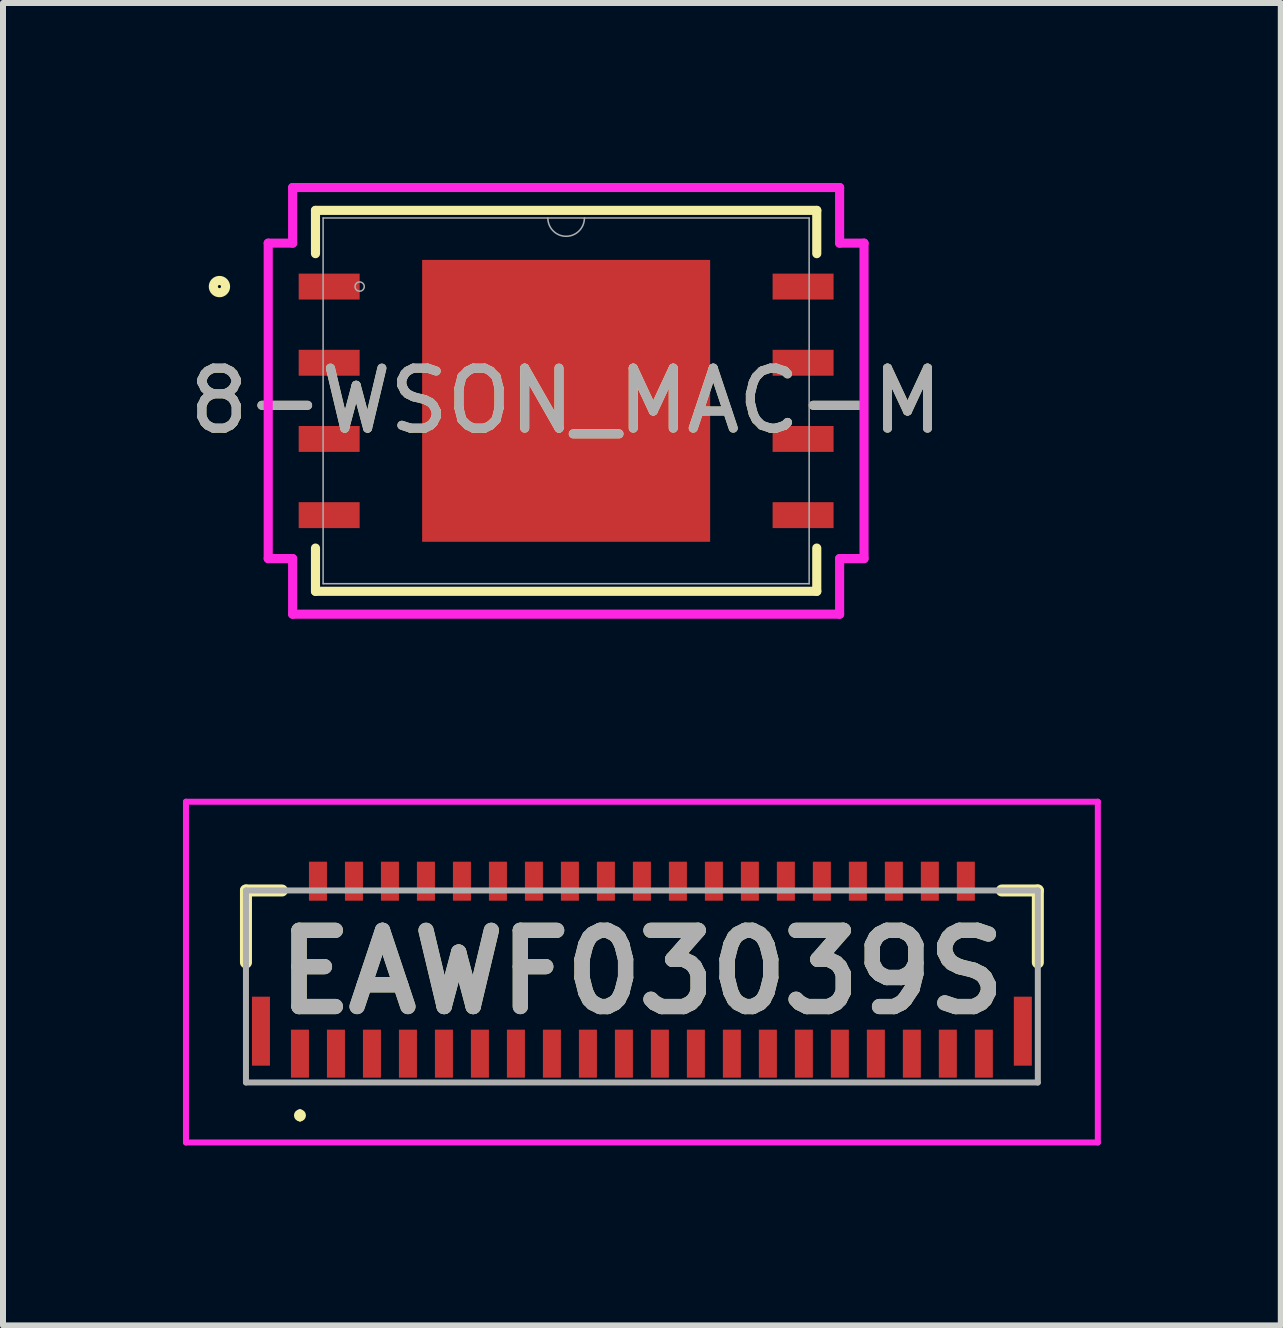
<source format=kicad_pcb>
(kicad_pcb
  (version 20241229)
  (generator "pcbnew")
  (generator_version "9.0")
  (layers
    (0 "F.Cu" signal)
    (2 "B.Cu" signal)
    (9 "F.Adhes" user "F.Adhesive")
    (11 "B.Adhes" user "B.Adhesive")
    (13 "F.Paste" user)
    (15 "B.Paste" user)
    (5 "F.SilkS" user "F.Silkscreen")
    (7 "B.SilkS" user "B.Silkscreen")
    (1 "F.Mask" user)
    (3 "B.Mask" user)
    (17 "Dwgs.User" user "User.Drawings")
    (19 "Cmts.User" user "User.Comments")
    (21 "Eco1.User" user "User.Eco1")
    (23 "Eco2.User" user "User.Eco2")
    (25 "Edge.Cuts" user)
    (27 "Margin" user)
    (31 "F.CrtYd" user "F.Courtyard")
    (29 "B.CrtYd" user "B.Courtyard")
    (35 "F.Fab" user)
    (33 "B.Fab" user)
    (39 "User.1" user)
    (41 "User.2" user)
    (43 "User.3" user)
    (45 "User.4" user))
  (footprint "8-WSON_MAC-M"
    (layer "F.Cu")
    (at 6.387 3.632)
    (property "Reference" "8-WSON_MAC-M" (at 0 0 0) (unlocked yes) (layer "F.SilkS") (effects (font (size 1 1) (thickness 0.15))))
    (attr smd)
    (fp_line (start -4.178 -3.175) (end -4.178 -2.454) (stroke (width 0.152) (type solid)) (layer "F.SilkS"))
    (fp_line (start -4.178 2.454) (end -4.178 3.175) (stroke (width 0.152) (type solid)) (layer "F.SilkS"))
    (fp_line (start -4.178 3.175) (end 4.178 3.175) (stroke (width 0.152) (type solid)) (layer "F.SilkS"))
    (fp_line (start 4.178 -3.175) (end -4.178 -3.175) (stroke (width 0.152) (type solid)) (layer "F.SilkS"))
    (fp_line (start 4.178 -2.454) (end 4.178 -3.175) (stroke (width 0.152) (type solid)) (layer "F.SilkS"))
    (fp_line (start 4.178 3.175) (end 4.178 2.454) (stroke (width 0.152) (type solid)) (layer "F.SilkS"))
    (fp_circle (center -5.779 -1.905) (end -5.677 -1.905) (stroke (width 0.152) (type solid)) (fill no) (layer "F.SilkS"))
    (fp_poly (pts (xy -2.3 -2.249) (xy -2.3 -0.883) (xy -0.9 -0.883) (xy -0.9 -2.249)) (stroke (width 0) (type solid)) (fill yes) (layer "F.Paste"))
    (fp_poly (pts (xy -2.3 -0.683) (xy -2.3 0.683) (xy -0.9 0.683) (xy -0.9 -0.683)) (stroke (width 0) (type solid)) (fill yes) (layer "F.Paste"))
    (fp_poly (pts (xy -2.3 0.883) (xy -2.3 2.249) (xy -0.9 2.249) (xy -0.9 0.883)) (stroke (width 0) (type solid)) (fill yes) (layer "F.Paste"))
    (fp_poly (pts (xy -0.7 -2.249) (xy -0.7 -0.883) (xy 0.7 -0.883) (xy 0.7 -2.249)) (stroke (width 0) (type solid)) (fill yes) (layer "F.Paste"))
    (fp_poly (pts (xy -0.7 -0.683) (xy -0.7 0.683) (xy 0.7 0.683) (xy 0.7 -0.683)) (stroke (width 0) (type solid)) (fill yes) (layer "F.Paste"))
    (fp_poly (pts (xy -0.7 0.883) (xy -0.7 2.249) (xy 0.7 2.249) (xy 0.7 0.883)) (stroke (width 0) (type solid)) (fill yes) (layer "F.Paste"))
    (fp_poly (pts (xy 0.9 -2.249) (xy 0.9 -0.883) (xy 2.3 -0.883) (xy 2.3 -2.249)) (stroke (width 0) (type solid)) (fill yes) (layer "F.Paste"))
    (fp_poly (pts (xy 0.9 -0.683) (xy 0.9 0.683) (xy 2.3 0.683) (xy 2.3 -0.683)) (stroke (width 0) (type solid)) (fill yes) (layer "F.Paste"))
    (fp_poly (pts (xy 0.9 0.883) (xy 0.9 2.249) (xy 2.3 2.249) (xy 2.3 0.883)) (stroke (width 0) (type solid)) (fill yes) (layer "F.Paste"))
    (fp_line (start -4.966 -2.629) (end -4.559 -2.629) (stroke (width 0.152) (type solid)) (layer "F.CrtYd"))
    (fp_line (start -4.966 2.629) (end -4.966 -2.629) (stroke (width 0.152) (type solid)) (layer "F.CrtYd"))
    (fp_line (start -4.966 2.629) (end -4.559 2.629) (stroke (width 0.152) (type solid)) (layer "F.CrtYd"))
    (fp_line (start -4.559 -3.556) (end 4.559 -3.556) (stroke (width 0.152) (type solid)) (layer "F.CrtYd"))
    (fp_line (start -4.559 -2.629) (end -4.559 -3.556) (stroke (width 0.152) (type solid)) (layer "F.CrtYd"))
    (fp_line (start -4.559 3.556) (end -4.559 2.629) (stroke (width 0.152) (type solid)) (layer "F.CrtYd"))
    (fp_line (start 4.559 -3.556) (end 4.559 -2.629) (stroke (width 0.152) (type solid)) (layer "F.CrtYd"))
    (fp_line (start 4.559 2.629) (end 4.559 3.556) (stroke (width 0.152) (type solid)) (layer "F.CrtYd"))
    (fp_line (start 4.559 3.556) (end -4.559 3.556) (stroke (width 0.152) (type solid)) (layer "F.CrtYd"))
    (fp_line (start 4.966 -2.629) (end 4.559 -2.629) (stroke (width 0.152) (type solid)) (layer "F.CrtYd"))
    (fp_line (start 4.966 -2.629) (end 4.966 2.629) (stroke (width 0.152) (type solid)) (layer "F.CrtYd"))
    (fp_line (start 4.966 2.629) (end 4.559 2.629) (stroke (width 0.152) (type solid)) (layer "F.CrtYd"))
    (fp_line (start -4.051 -3.048) (end -4.051 3.048) (stroke (width 0.025) (type solid)) (layer "F.Fab"))
    (fp_line (start -4.051 3.048) (end 4.051 3.048) (stroke (width 0.025) (type solid)) (layer "F.Fab"))
    (fp_line (start 4.051 -3.048) (end -4.051 -3.048) (stroke (width 0.025) (type solid)) (layer "F.Fab"))
    (fp_line (start 4.051 3.048) (end 4.051 -3.048) (stroke (width 0.025) (type solid)) (layer "F.Fab"))
    (fp_arc (start 0.3048 -3.048) (mid 0 -2.7432) (end -0.3048 -3.048) (stroke (width 0.0254) (type solid)) (layer "F.Fab"))
    (fp_circle (center -3.442 -1.905) (end -3.365 -1.905) (stroke (width 0.025) (type solid)) (fill no) (layer "F.Fab"))
    (fp_text user "${REFERENCE}" (at 0 0 0) (unlocked yes) (layer "F.Fab") (effects (font (size 1 1) (thickness 0.15))))
    (pad "1" smd rect (at -3.95 -1.905) (size 1.016 0.432) (layers "F.Cu" "F.Mask" "F.Paste"))
    (pad "2" smd rect (at -3.95 -0.635) (size 1.016 0.432) (layers "F.Cu" "F.Mask" "F.Paste"))
    (pad "3" smd rect (at -3.95 0.635) (size 1.016 0.432) (layers "F.Cu" "F.Mask" "F.Paste"))
    (pad "4" smd rect (at -3.95 1.905) (size 1.016 0.432) (layers "F.Cu" "F.Mask" "F.Paste"))
    (pad "5" smd rect (at 3.95 1.905) (size 1.016 0.432) (layers "F.Cu" "F.Mask" "F.Paste"))
    (pad "6" smd rect (at 3.95 0.635) (size 1.016 0.432) (layers "F.Cu" "F.Mask" "F.Paste"))
    (pad "7" smd rect (at 3.95 -0.635) (size 1.016 0.432) (layers "F.Cu" "F.Mask" "F.Paste"))
    (pad "8" smd rect (at 3.95 -1.905) (size 1.016 0.432) (layers "F.Cu" "F.Mask" "F.Paste"))
    (pad "9" smd rect (at 0 0) (size 4.801 4.699) (layers "F.Cu" "F.Mask" "F.Paste")))
  (footprint "EAWF03039S"
    (layer "F.Cu")
    (at 7.65 13.394)
    (property "Reference" "EAWF03039S" (at 0 -0.24 0) (layer "F.SilkS") (effects (font (size 1.27 1.27) (thickness 0.254))))
    (attr smd)
    (fp_line (start -6.6 -1.6) (end -6 -1.6) (stroke (width 0.2) (type solid)) (layer "F.SilkS"))
    (fp_line (start -6.6 -0.4) (end -6.6 -1.6) (stroke (width 0.2) (type solid)) (layer "F.SilkS"))
    (fp_line (start -5.7 2.099) (end -5.7 2.099) (stroke (width 0.1) (type solid)) (layer "F.SilkS"))
    (fp_line (start -5.7 2.199) (end -5.7 2.199) (stroke (width 0.1) (type solid)) (layer "F.SilkS"))
    (fp_line (start 6 -1.6) (end 6.6 -1.6) (stroke (width 0.2) (type solid)) (layer "F.SilkS"))
    (fp_line (start 6.6 -1.6) (end 6.6 -0.4) (stroke (width 0.2) (type solid)) (layer "F.SilkS"))
    (fp_arc (start -5.7 2.099) (mid -5.65 2.149) (end -5.7 2.199) (stroke (width 0.1) (type solid)) (layer "F.SilkS"))
    (fp_arc (start -5.7 2.199) (mid -5.75 2.149) (end -5.7 2.099) (stroke (width 0.1) (type solid)) (layer "F.SilkS"))
    (fp_line (start -7.6 -3.08) (end 7.6 -3.08) (stroke (width 0.1) (type solid)) (layer "F.CrtYd"))
    (fp_line (start -7.6 2.6) (end -7.6 -3.08) (stroke (width 0.1) (type solid)) (layer "F.CrtYd"))
    (fp_line (start 7.6 -3.08) (end 7.6 2.6) (stroke (width 0.1) (type solid)) (layer "F.CrtYd"))
    (fp_line (start 7.6 2.6) (end -7.6 2.6) (stroke (width 0.1) (type solid)) (layer "F.CrtYd"))
    (fp_line (start -6.6 -1.6) (end -6.6 1.6) (stroke (width 0.1) (type solid)) (layer "F.Fab"))
    (fp_line (start -6.6 1.6) (end 6.6 1.6) (stroke (width 0.1) (type solid)) (layer "F.Fab"))
    (fp_line (start 6.6 -1.6) (end -6.6 -1.6) (stroke (width 0.1) (type solid)) (layer "F.Fab"))
    (fp_line (start 6.6 1.6) (end 6.6 -1.6) (stroke (width 0.1) (type solid)) (layer "F.Fab"))
    (fp_text user "${REFERENCE}" (at 0 -0.24 0) (layer "F.Fab") (effects (font (size 1.27 1.27) (thickness 0.254))))
    (pad "1" smd rect (at -5.7 1.12) (size 0.3 0.8) (layers "F.Cu" "F.Mask" "F.Paste"))
    (pad "2" smd rect (at -5.4 -1.755) (size 0.3 0.65) (layers "F.Cu" "F.Mask" "F.Paste"))
    (pad "3" smd rect (at -5.1 1.12) (size 0.3 0.8) (layers "F.Cu" "F.Mask" "F.Paste"))
    (pad "4" smd rect (at -4.8 -1.755) (size 0.3 0.65) (layers "F.Cu" "F.Mask" "F.Paste"))
    (pad "5" smd rect (at -4.5 1.12) (size 0.3 0.8) (layers "F.Cu" "F.Mask" "F.Paste"))
    (pad "6" smd rect (at -4.2 -1.755) (size 0.3 0.65) (layers "F.Cu" "F.Mask" "F.Paste"))
    (pad "7" smd rect (at -3.9 1.12) (size 0.3 0.8) (layers "F.Cu" "F.Mask" "F.Paste"))
    (pad "8" smd rect (at -3.6 -1.755) (size 0.3 0.65) (layers "F.Cu" "F.Mask" "F.Paste"))
    (pad "9" smd rect (at -3.3 1.12) (size 0.3 0.8) (layers "F.Cu" "F.Mask" "F.Paste"))
    (pad "10" smd rect (at -3 -1.755) (size 0.3 0.65) (layers "F.Cu" "F.Mask" "F.Paste"))
    (pad "11" smd rect (at -2.7 1.12) (size 0.3 0.8) (layers "F.Cu" "F.Mask" "F.Paste"))
    (pad "12" smd rect (at -2.4 -1.755) (size 0.3 0.65) (layers "F.Cu" "F.Mask" "F.Paste"))
    (pad "13" smd rect (at -2.1 1.12) (size 0.3 0.8) (layers "F.Cu" "F.Mask" "F.Paste"))
    (pad "14" smd rect (at -1.8 -1.755) (size 0.3 0.65) (layers "F.Cu" "F.Mask" "F.Paste"))
    (pad "15" smd rect (at -1.5 1.12) (size 0.3 0.8) (layers "F.Cu" "F.Mask" "F.Paste"))
    (pad "16" smd rect (at -1.2 -1.755) (size 0.3 0.65) (layers "F.Cu" "F.Mask" "F.Paste"))
    (pad "17" smd rect (at -0.9 1.12) (size 0.3 0.8) (layers "F.Cu" "F.Mask" "F.Paste"))
    (pad "18" smd rect (at -0.6 -1.755) (size 0.3 0.65) (layers "F.Cu" "F.Mask" "F.Paste"))
    (pad "19" smd rect (at -0.3 1.12) (size 0.3 0.8) (layers "F.Cu" "F.Mask" "F.Paste"))
    (pad "20" smd rect (at 0 -1.755) (size 0.3 0.65) (layers "F.Cu" "F.Mask" "F.Paste"))
    (pad "21" smd rect (at 0.3 1.12) (size 0.3 0.8) (layers "F.Cu" "F.Mask" "F.Paste"))
    (pad "22" smd rect (at 0.6 -1.755) (size 0.3 0.65) (layers "F.Cu" "F.Mask" "F.Paste"))
    (pad "23" smd rect (at 0.9 1.12) (size 0.3 0.8) (layers "F.Cu" "F.Mask" "F.Paste"))
    (pad "24" smd rect (at 1.2 -1.755) (size 0.3 0.65) (layers "F.Cu" "F.Mask" "F.Paste"))
    (pad "25" smd rect (at 1.5 1.12) (size 0.3 0.8) (layers "F.Cu" "F.Mask" "F.Paste"))
    (pad "26" smd rect (at 1.8 -1.755) (size 0.3 0.65) (layers "F.Cu" "F.Mask" "F.Paste"))
    (pad "27" smd rect (at 2.1 1.12) (size 0.3 0.8) (layers "F.Cu" "F.Mask" "F.Paste"))
    (pad "28" smd rect (at 2.4 -1.755) (size 0.3 0.65) (layers "F.Cu" "F.Mask" "F.Paste"))
    (pad "29" smd rect (at 2.7 1.12) (size 0.3 0.8) (layers "F.Cu" "F.Mask" "F.Paste"))
    (pad "30" smd rect (at 3 -1.755) (size 0.3 0.65) (layers "F.Cu" "F.Mask" "F.Paste"))
    (pad "31" smd rect (at 3.3 1.12) (size 0.3 0.8) (layers "F.Cu" "F.Mask" "F.Paste"))
    (pad "32" smd rect (at 3.6 -1.755) (size 0.3 0.65) (layers "F.Cu" "F.Mask" "F.Paste"))
    (pad "33" smd rect (at 3.9 1.12) (size 0.3 0.8) (layers "F.Cu" "F.Mask" "F.Paste"))
    (pad "34" smd rect (at 4.2 -1.755) (size 0.3 0.65) (layers "F.Cu" "F.Mask" "F.Paste"))
    (pad "35" smd rect (at 4.5 1.12) (size 0.3 0.8) (layers "F.Cu" "F.Mask" "F.Paste"))
    (pad "36" smd rect (at 4.8 -1.755) (size 0.3 0.65) (layers "F.Cu" "F.Mask" "F.Paste"))
    (pad "37" smd rect (at 5.1 1.12) (size 0.3 0.8) (layers "F.Cu" "F.Mask" "F.Paste"))
    (pad "38" smd rect (at 5.4 -1.755) (size 0.3 0.65) (layers "F.Cu" "F.Mask" "F.Paste"))
    (pad "39" smd rect (at 5.7 1.12) (size 0.3 0.8) (layers "F.Cu" "F.Mask" "F.Paste"))
    (pad "MP1" smd rect (at -6.35 0.745) (size 0.3 1.15) (layers "F.Cu" "F.Mask" "F.Paste"))
    (pad "MP2" smd rect (at 6.35 0.745) (size 0.3 1.15) (layers "F.Cu" "F.Mask" "F.Paste")))
  (gr_rect
    (start -3 -3)
    (end 18.3 19.044)
    (stroke (width 0.1) (type default))
    (fill no)
    (layer "Edge.Cuts")))
</source>
